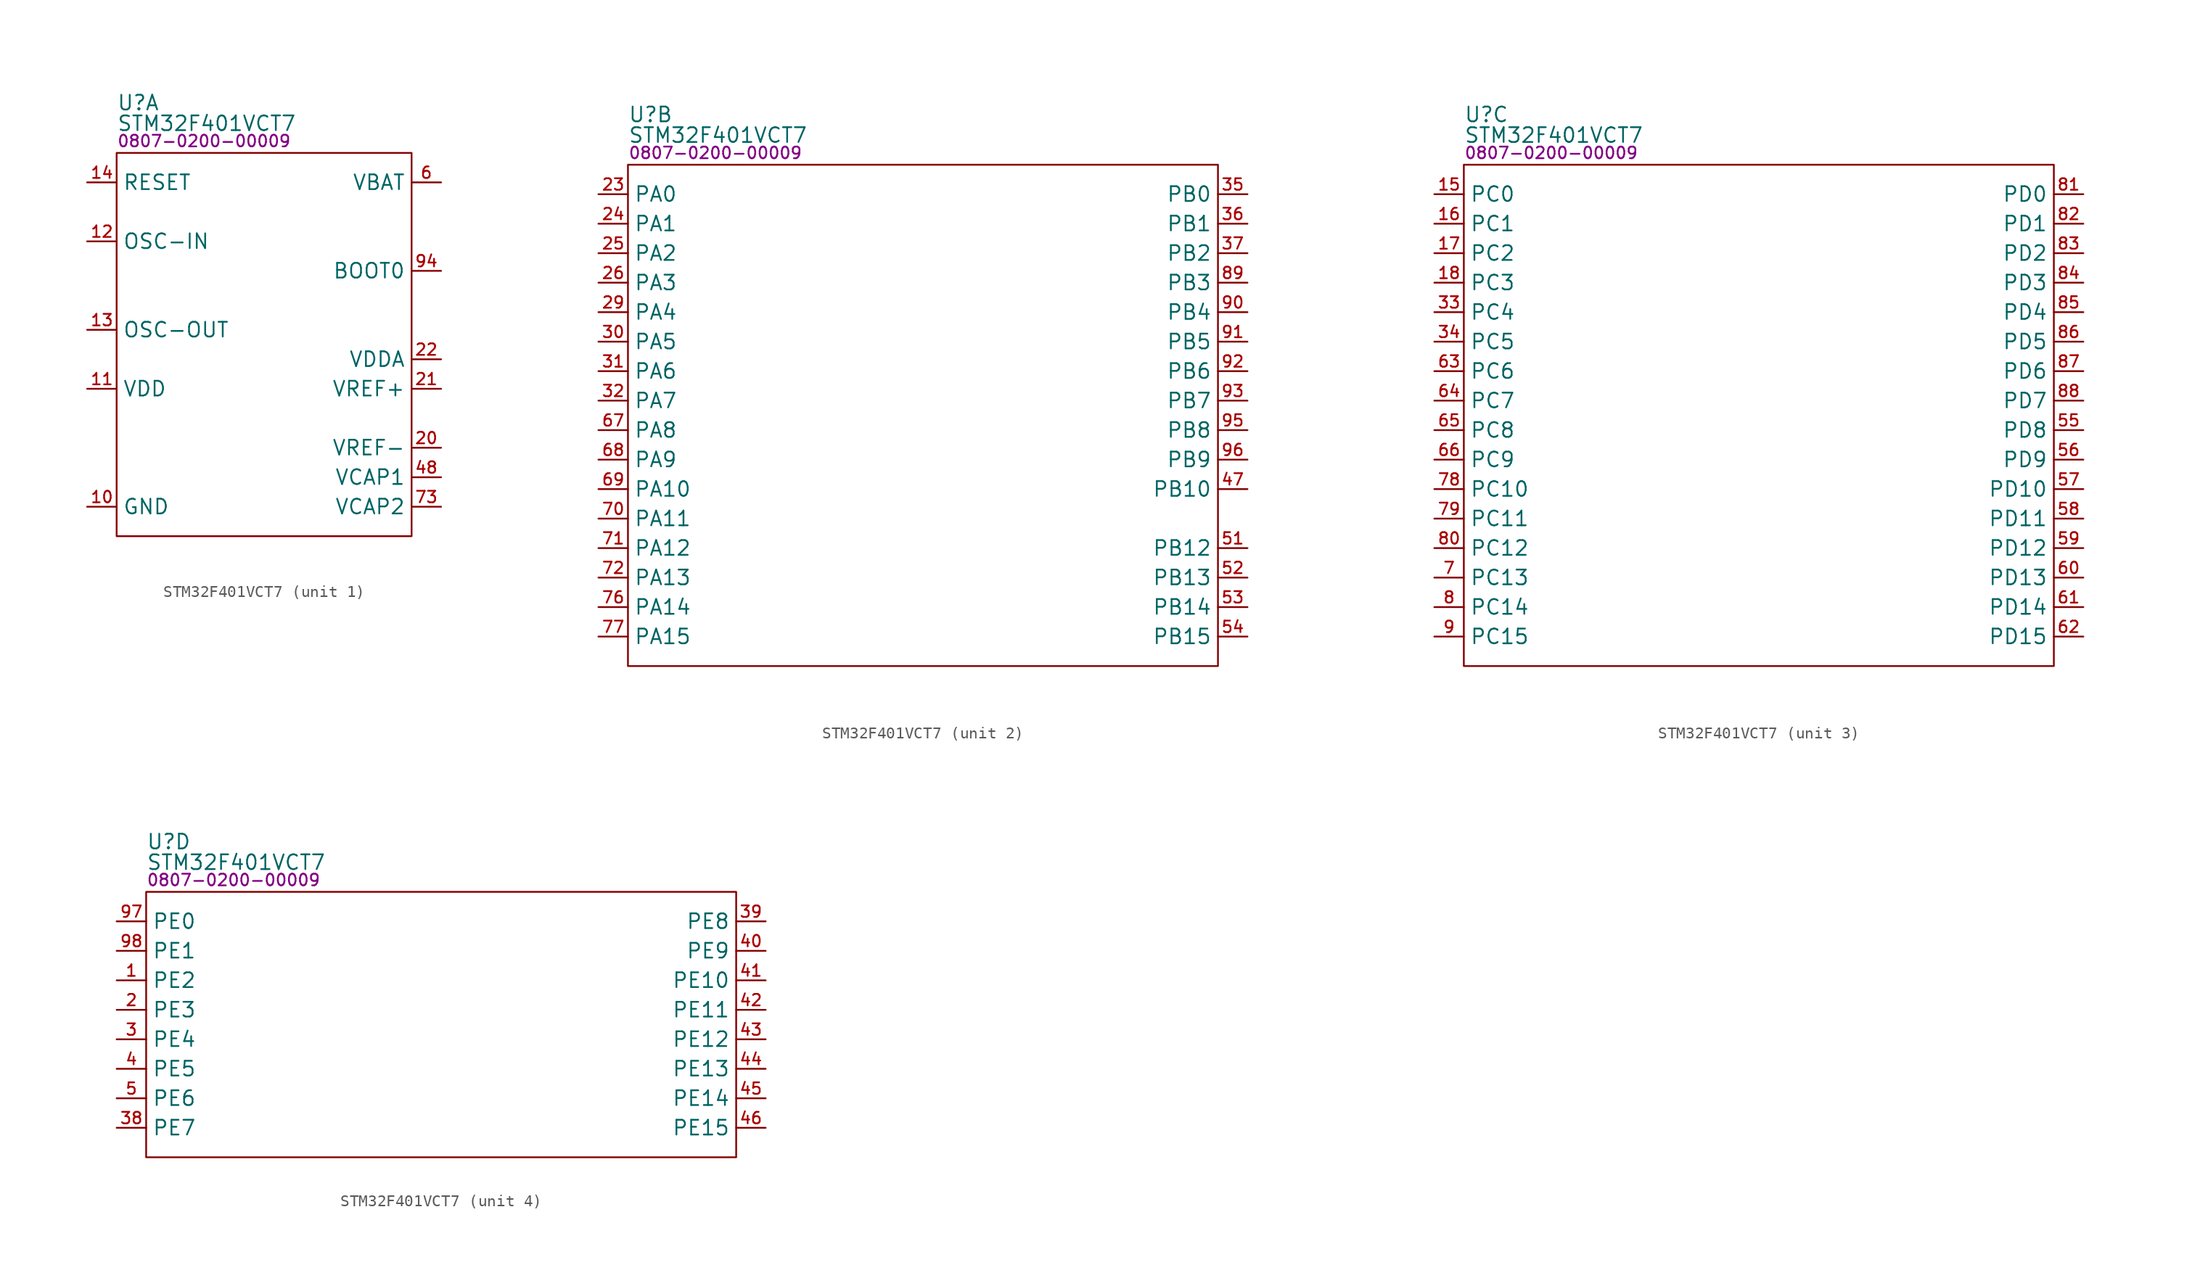
<source format=kicad_sym>
(kicad_symbol_lib
  (version 20231120)
  (generator "kicad_symbol_editor")
  (generator_version "8.0")
  (symbol "STM32F401VCT7"
    (property "Reference" "U"
      (at 0 4.318 0)
      (effects (font (size 1.27 1.27)) (justify left)))
    (property "Value" "STM32F401VCT7"
      (at 0 2.54 0)
      (effects (font (size 1.27 1.27)) (justify left)))
    (property "PartNumber" "0807-0200-00009"
      (at 0 1.016 0)
      (effects (font (size 1 1)) (justify left)))
    (property "ki_locked" ""
      (at 0 0 0)
      (effects (font (size 1.27 1.27))))
    (symbol "STM32F401VCT7_1_0"
      (pin power_in line (at -2.54 -30.48 0) (length 2.54) (name "GND" (effects (font (size 1.27 1.27)))) (number "10" (effects (font (size 0.991 0.991)))))
      (pin power_in line (at -2.54 -20.32 0) (length 2.54) hide (name "VDD" (effects (font (size 1.27 1.27)))) (number "100" (effects (font (size 0.991 0.991)))))
      (pin power_in line (at -2.54 -20.32 0) (length 2.54) (name "VDD" (effects (font (size 1.27 1.27)))) (number "11" (effects (font (size 0.991 0.991)))))
      (pin input line (at -2.54 -7.62 0) (length 2.54) (name "OSC-IN" (effects (font (size 1.27 1.27)))) (number "12" (effects (font (size 0.991 0.991)))))
      (pin output line (at -2.54 -15.24 0) (length 2.54) (name "OSC-OUT" (effects (font (size 1.27 1.27)))) (number "13" (effects (font (size 0.991 0.991)))))
      (pin input line (at -2.54 -2.54 0) (length 2.54) (name "RESET" (effects (font (size 1.27 1.27)))) (number "14" (effects (font (size 0.991 0.991)))))
      (pin power_in line (at -2.54 -20.32 0) (length 2.54) hide (name "VDD" (effects (font (size 1.27 1.27)))) (number "19" (effects (font (size 0.991 0.991)))))
      (pin input line (at 27.94 -25.4 180) (length 2.54) (name "VREF-" (effects (font (size 1.27 1.27)))) (number "20" (effects (font (size 0.991 0.991)))))
      (pin input line (at 27.94 -20.32 180) (length 2.54) (name "VREF+" (effects (font (size 1.27 1.27)))) (number "21" (effects (font (size 0.991 0.991)))))
      (pin power_in line (at 27.94 -17.78 180) (length 2.54) (name "VDDA" (effects (font (size 1.27 1.27)))) (number "22" (effects (font (size 0.991 0.991)))))
      (pin power_in line (at -2.54 -30.48 0) (length 2.54) hide (name "GND" (effects (font (size 1.27 1.27)))) (number "27" (effects (font (size 0.991 0.991)))))
      (pin power_in line (at -2.54 -20.32 0) (length 2.54) hide (name "VDD" (effects (font (size 1.27 1.27)))) (number "28" (effects (font (size 0.991 0.991)))))
      (pin input line (at 27.94 -27.94 180) (length 2.54) (name "VCAP1" (effects (font (size 1.27 1.27)))) (number "48" (effects (font (size 0.991 0.991)))))
      (pin power_in line (at -2.54 -30.48 0) (length 2.54) hide (name "GND" (effects (font (size 1.27 1.27)))) (number "49" (effects (font (size 0.991 0.991)))))
      (pin power_in line (at -2.54 -20.32 0) (length 2.54) hide (name "VDD" (effects (font (size 1.27 1.27)))) (number "50" (effects (font (size 0.991 0.991)))))
      (pin power_in line (at 27.94 -2.54 180) (length 2.54) (name "VBAT" (effects (font (size 1.27 1.27)))) (number "6" (effects (font (size 0.991 0.991)))))
      (pin input line (at 27.94 -30.48 180) (length 2.54) (name "VCAP2" (effects (font (size 1.27 1.27)))) (number "73" (effects (font (size 0.991 0.991)))))
      (pin power_in line (at -2.54 -30.48 0) (length 2.54) hide (name "GND" (effects (font (size 1.27 1.27)))) (number "74" (effects (font (size 0.991 0.991)))))
      (pin power_in line (at -2.54 -20.32 0) (length 2.54) hide (name "VDD" (effects (font (size 1.27 1.27)))) (number "75" (effects (font (size 0.991 0.991)))))
      (pin input line (at 27.94 -10.16 180) (length 2.54) (name "BOOT0" (effects (font (size 1.27 1.27)))) (number "94" (effects (font (size 0.991 0.991)))))
      (pin power_in line (at -2.54 -30.48 0) (length 2.54) hide (name "GND" (effects (font (size 1.27 1.27)))) (number "99" (effects (font (size 0.991 0.991))))))
    (symbol "STM32F401VCT7_1_1"
      (rectangle (start 0 0) (end 25.4 -33.02) (stroke (width 0) (type default)) (fill (type none))))
    (symbol "STM32F401VCT7_2_0"
      (pin bidirectional line (at -2.54 -2.54 0) (length 2.54) (name "PA0" (effects (font (size 1.27 1.27)))) (number "23" (effects (font (size 0.991 0.991)))))
      (pin bidirectional line (at -2.54 -5.08 0) (length 2.54) (name "PA1" (effects (font (size 1.27 1.27)))) (number "24" (effects (font (size 0.991 0.991)))))
      (pin bidirectional line (at -2.54 -7.62 0) (length 2.54) (name "PA2" (effects (font (size 1.27 1.27)))) (number "25" (effects (font (size 0.991 0.991)))))
      (pin bidirectional line (at -2.54 -10.16 0) (length 2.54) (name "PA3" (effects (font (size 1.27 1.27)))) (number "26" (effects (font (size 0.991 0.991)))))
      (pin bidirectional line (at -2.54 -12.7 0) (length 2.54) (name "PA4" (effects (font (size 1.27 1.27)))) (number "29" (effects (font (size 0.991 0.991)))))
      (pin bidirectional line (at -2.54 -15.24 0) (length 2.54) (name "PA5" (effects (font (size 1.27 1.27)))) (number "30" (effects (font (size 0.991 0.991)))))
      (pin bidirectional line (at -2.54 -17.78 0) (length 2.54) (name "PA6" (effects (font (size 1.27 1.27)))) (number "31" (effects (font (size 0.991 0.991)))))
      (pin bidirectional line (at -2.54 -20.32 0) (length 2.54) (name "PA7" (effects (font (size 1.27 1.27)))) (number "32" (effects (font (size 0.991 0.991)))))
      (pin bidirectional line (at 53.34 -2.54 180) (length 2.54) (name "PB0" (effects (font (size 1.27 1.27)))) (number "35" (effects (font (size 0.991 0.991)))))
      (pin bidirectional line (at 53.34 -5.08 180) (length 2.54) (name "PB1" (effects (font (size 1.27 1.27)))) (number "36" (effects (font (size 0.991 0.991)))))
      (pin bidirectional line (at 53.34 -7.62 180) (length 2.54) (name "PB2" (effects (font (size 1.27 1.27)))) (number "37" (effects (font (size 0.991 0.991)))))
      (pin bidirectional line (at 53.34 -27.94 180) (length 2.54) (name "PB10" (effects (font (size 1.27 1.27)))) (number "47" (effects (font (size 0.991 0.991)))))
      (pin bidirectional line (at 53.34 -33.02 180) (length 2.54) (name "PB12" (effects (font (size 1.27 1.27)))) (number "51" (effects (font (size 0.991 0.991)))))
      (pin bidirectional line (at 53.34 -35.56 180) (length 2.54) (name "PB13" (effects (font (size 1.27 1.27)))) (number "52" (effects (font (size 0.991 0.991)))))
      (pin bidirectional line (at 53.34 -38.1 180) (length 2.54) (name "PB14" (effects (font (size 1.27 1.27)))) (number "53" (effects (font (size 0.991 0.991)))))
      (pin bidirectional line (at 53.34 -40.64 180) (length 2.54) (name "PB15" (effects (font (size 1.27 1.27)))) (number "54" (effects (font (size 0.991 0.991)))))
      (pin bidirectional line (at -2.54 -22.86 0) (length 2.54) (name "PA8" (effects (font (size 1.27 1.27)))) (number "67" (effects (font (size 0.991 0.991)))))
      (pin bidirectional line (at -2.54 -25.4 0) (length 2.54) (name "PA9" (effects (font (size 1.27 1.27)))) (number "68" (effects (font (size 0.991 0.991)))))
      (pin bidirectional line (at -2.54 -27.94 0) (length 2.54) (name "PA10" (effects (font (size 1.27 1.27)))) (number "69" (effects (font (size 0.991 0.991)))))
      (pin bidirectional line (at -2.54 -30.48 0) (length 2.54) (name "PA11" (effects (font (size 1.27 1.27)))) (number "70" (effects (font (size 0.991 0.991)))))
      (pin bidirectional line (at -2.54 -33.02 0) (length 2.54) (name "PA12" (effects (font (size 1.27 1.27)))) (number "71" (effects (font (size 0.991 0.991)))))
      (pin bidirectional line (at -2.54 -35.56 0) (length 2.54) (name "PA13" (effects (font (size 1.27 1.27)))) (number "72" (effects (font (size 0.991 0.991)))))
      (pin bidirectional line (at -2.54 -38.1 0) (length 2.54) (name "PA14" (effects (font (size 1.27 1.27)))) (number "76" (effects (font (size 0.991 0.991)))))
      (pin bidirectional line (at -2.54 -40.64 0) (length 2.54) (name "PA15" (effects (font (size 1.27 1.27)))) (number "77" (effects (font (size 0.991 0.991)))))
      (pin bidirectional line (at 53.34 -10.16 180) (length 2.54) (name "PB3" (effects (font (size 1.27 1.27)))) (number "89" (effects (font (size 0.991 0.991)))))
      (pin bidirectional line (at 53.34 -12.7 180) (length 2.54) (name "PB4" (effects (font (size 1.27 1.27)))) (number "90" (effects (font (size 0.991 0.991)))))
      (pin bidirectional line (at 53.34 -15.24 180) (length 2.54) (name "PB5" (effects (font (size 1.27 1.27)))) (number "91" (effects (font (size 0.991 0.991)))))
      (pin bidirectional line (at 53.34 -17.78 180) (length 2.54) (name "PB6" (effects (font (size 1.27 1.27)))) (number "92" (effects (font (size 0.991 0.991)))))
      (pin bidirectional line (at 53.34 -20.32 180) (length 2.54) (name "PB7" (effects (font (size 1.27 1.27)))) (number "93" (effects (font (size 0.991 0.991)))))
      (pin bidirectional line (at 53.34 -22.86 180) (length 2.54) (name "PB8" (effects (font (size 1.27 1.27)))) (number "95" (effects (font (size 0.991 0.991)))))
      (pin bidirectional line (at 53.34 -25.4 180) (length 2.54) (name "PB9" (effects (font (size 1.27 1.27)))) (number "96" (effects (font (size 0.991 0.991))))))
    (symbol "STM32F401VCT7_2_1"
      (rectangle (start 0 0) (end 50.8 -43.18) (stroke (width 0) (type default)) (fill (type none))))
    (symbol "STM32F401VCT7_3_0"
      (pin bidirectional line (at -2.54 -2.54 0) (length 2.54) (name "PC0" (effects (font (size 1.27 1.27)))) (number "15" (effects (font (size 0.991 0.991)))))
      (pin bidirectional line (at -2.54 -5.08 0) (length 2.54) (name "PC1" (effects (font (size 1.27 1.27)))) (number "16" (effects (font (size 0.991 0.991)))))
      (pin bidirectional line (at -2.54 -7.62 0) (length 2.54) (name "PC2" (effects (font (size 1.27 1.27)))) (number "17" (effects (font (size 0.991 0.991)))))
      (pin bidirectional line (at -2.54 -10.16 0) (length 2.54) (name "PC3" (effects (font (size 1.27 1.27)))) (number "18" (effects (font (size 0.991 0.991)))))
      (pin bidirectional line (at -2.54 -12.7 0) (length 2.54) (name "PC4" (effects (font (size 1.27 1.27)))) (number "33" (effects (font (size 0.991 0.991)))))
      (pin bidirectional line (at -2.54 -15.24 0) (length 2.54) (name "PC5" (effects (font (size 1.27 1.27)))) (number "34" (effects (font (size 0.991 0.991)))))
      (pin bidirectional line (at 53.34 -22.86 180) (length 2.54) (name "PD8" (effects (font (size 1.27 1.27)))) (number "55" (effects (font (size 0.991 0.991)))))
      (pin bidirectional line (at 53.34 -25.4 180) (length 2.54) (name "PD9" (effects (font (size 1.27 1.27)))) (number "56" (effects (font (size 0.991 0.991)))))
      (pin bidirectional line (at 53.34 -27.94 180) (length 2.54) (name "PD10" (effects (font (size 1.27 1.27)))) (number "57" (effects (font (size 0.991 0.991)))))
      (pin bidirectional line (at 53.34 -30.48 180) (length 2.54) (name "PD11" (effects (font (size 1.27 1.27)))) (number "58" (effects (font (size 0.991 0.991)))))
      (pin bidirectional line (at 53.34 -33.02 180) (length 2.54) (name "PD12" (effects (font (size 1.27 1.27)))) (number "59" (effects (font (size 0.991 0.991)))))
      (pin bidirectional line (at 53.34 -35.56 180) (length 2.54) (name "PD13" (effects (font (size 1.27 1.27)))) (number "60" (effects (font (size 0.991 0.991)))))
      (pin bidirectional line (at 53.34 -38.1 180) (length 2.54) (name "PD14" (effects (font (size 1.27 1.27)))) (number "61" (effects (font (size 0.991 0.991)))))
      (pin bidirectional line (at 53.34 -40.64 180) (length 2.54) (name "PD15" (effects (font (size 1.27 1.27)))) (number "62" (effects (font (size 0.991 0.991)))))
      (pin bidirectional line (at -2.54 -17.78 0) (length 2.54) (name "PC6" (effects (font (size 1.27 1.27)))) (number "63" (effects (font (size 0.991 0.991)))))
      (pin bidirectional line (at -2.54 -20.32 0) (length 2.54) (name "PC7" (effects (font (size 1.27 1.27)))) (number "64" (effects (font (size 0.991 0.991)))))
      (pin bidirectional line (at -2.54 -22.86 0) (length 2.54) (name "PC8" (effects (font (size 1.27 1.27)))) (number "65" (effects (font (size 0.991 0.991)))))
      (pin bidirectional line (at -2.54 -25.4 0) (length 2.54) (name "PC9" (effects (font (size 1.27 1.27)))) (number "66" (effects (font (size 0.991 0.991)))))
      (pin bidirectional line (at -2.54 -35.56 0) (length 2.54) (name "PC13" (effects (font (size 1.27 1.27)))) (number "7" (effects (font (size 0.991 0.991)))))
      (pin bidirectional line (at -2.54 -27.94 0) (length 2.54) (name "PC10" (effects (font (size 1.27 1.27)))) (number "78" (effects (font (size 0.991 0.991)))))
      (pin bidirectional line (at -2.54 -30.48 0) (length 2.54) (name "PC11" (effects (font (size 1.27 1.27)))) (number "79" (effects (font (size 0.991 0.991)))))
      (pin bidirectional line (at -2.54 -38.1 0) (length 2.54) (name "PC14" (effects (font (size 1.27 1.27)))) (number "8" (effects (font (size 0.991 0.991)))))
      (pin bidirectional line (at -2.54 -33.02 0) (length 2.54) (name "PC12" (effects (font (size 1.27 1.27)))) (number "80" (effects (font (size 0.991 0.991)))))
      (pin bidirectional line (at 53.34 -2.54 180) (length 2.54) (name "PD0" (effects (font (size 1.27 1.27)))) (number "81" (effects (font (size 0.991 0.991)))))
      (pin bidirectional line (at 53.34 -5.08 180) (length 2.54) (name "PD1" (effects (font (size 1.27 1.27)))) (number "82" (effects (font (size 0.991 0.991)))))
      (pin bidirectional line (at 53.34 -7.62 180) (length 2.54) (name "PD2" (effects (font (size 1.27 1.27)))) (number "83" (effects (font (size 0.991 0.991)))))
      (pin bidirectional line (at 53.34 -10.16 180) (length 2.54) (name "PD3" (effects (font (size 1.27 1.27)))) (number "84" (effects (font (size 0.991 0.991)))))
      (pin bidirectional line (at 53.34 -12.7 180) (length 2.54) (name "PD4" (effects (font (size 1.27 1.27)))) (number "85" (effects (font (size 0.991 0.991)))))
      (pin bidirectional line (at 53.34 -15.24 180) (length 2.54) (name "PD5" (effects (font (size 1.27 1.27)))) (number "86" (effects (font (size 0.991 0.991)))))
      (pin bidirectional line (at 53.34 -17.78 180) (length 2.54) (name "PD6" (effects (font (size 1.27 1.27)))) (number "87" (effects (font (size 0.991 0.991)))))
      (pin bidirectional line (at 53.34 -20.32 180) (length 2.54) (name "PD7" (effects (font (size 1.27 1.27)))) (number "88" (effects (font (size 0.991 0.991)))))
      (pin bidirectional line (at -2.54 -40.64 0) (length 2.54) (name "PC15" (effects (font (size 1.27 1.27)))) (number "9" (effects (font (size 0.991 0.991))))))
    (symbol "STM32F401VCT7_3_1"
      (rectangle (start 0 0) (end 50.8 -43.18) (stroke (width 0) (type default)) (fill (type none))))
    (symbol "STM32F401VCT7_4_0"
      (pin bidirectional line (at -2.54 -7.62 0) (length 2.54) (name "PE2" (effects (font (size 1.27 1.27)))) (number "1" (effects (font (size 0.991 0.991)))))
      (pin bidirectional line (at -2.54 -10.16 0) (length 2.54) (name "PE3" (effects (font (size 1.27 1.27)))) (number "2" (effects (font (size 0.991 0.991)))))
      (pin bidirectional line (at -2.54 -12.7 0) (length 2.54) (name "PE4" (effects (font (size 1.27 1.27)))) (number "3" (effects (font (size 0.991 0.991)))))
      (pin bidirectional line (at -2.54 -20.32 0) (length 2.54) (name "PE7" (effects (font (size 1.27 1.27)))) (number "38" (effects (font (size 0.991 0.991)))))
      (pin bidirectional line (at 53.34 -2.54 180) (length 2.54) (name "PE8" (effects (font (size 1.27 1.27)))) (number "39" (effects (font (size 0.991 0.991)))))
      (pin bidirectional line (at -2.54 -15.24 0) (length 2.54) (name "PE5" (effects (font (size 1.27 1.27)))) (number "4" (effects (font (size 0.991 0.991)))))
      (pin bidirectional line (at 53.34 -5.08 180) (length 2.54) (name "PE9" (effects (font (size 1.27 1.27)))) (number "40" (effects (font (size 0.991 0.991)))))
      (pin bidirectional line (at 53.34 -7.62 180) (length 2.54) (name "PE10" (effects (font (size 1.27 1.27)))) (number "41" (effects (font (size 0.991 0.991)))))
      (pin bidirectional line (at 53.34 -10.16 180) (length 2.54) (name "PE11" (effects (font (size 1.27 1.27)))) (number "42" (effects (font (size 0.991 0.991)))))
      (pin bidirectional line (at 53.34 -12.7 180) (length 2.54) (name "PE12" (effects (font (size 1.27 1.27)))) (number "43" (effects (font (size 0.991 0.991)))))
      (pin bidirectional line (at 53.34 -15.24 180) (length 2.54) (name "PE13" (effects (font (size 1.27 1.27)))) (number "44" (effects (font (size 0.991 0.991)))))
      (pin bidirectional line (at 53.34 -17.78 180) (length 2.54) (name "PE14" (effects (font (size 1.27 1.27)))) (number "45" (effects (font (size 0.991 0.991)))))
      (pin bidirectional line (at 53.34 -20.32 180) (length 2.54) (name "PE15" (effects (font (size 1.27 1.27)))) (number "46" (effects (font (size 0.991 0.991)))))
      (pin bidirectional line (at -2.54 -17.78 0) (length 2.54) (name "PE6" (effects (font (size 1.27 1.27)))) (number "5" (effects (font (size 0.991 0.991)))))
      (pin bidirectional line (at -2.54 -2.54 0) (length 2.54) (name "PE0" (effects (font (size 1.27 1.27)))) (number "97" (effects (font (size 0.991 0.991)))))
      (pin bidirectional line (at -2.54 -5.08 0) (length 2.54) (name "PE1" (effects (font (size 1.27 1.27)))) (number "98" (effects (font (size 0.991 0.991))))))
    (symbol "STM32F401VCT7_4_1"
      (rectangle (start 0 0) (end 50.8 -22.86) (stroke (width 0) (type default)) (fill (type none))))))
</source>
